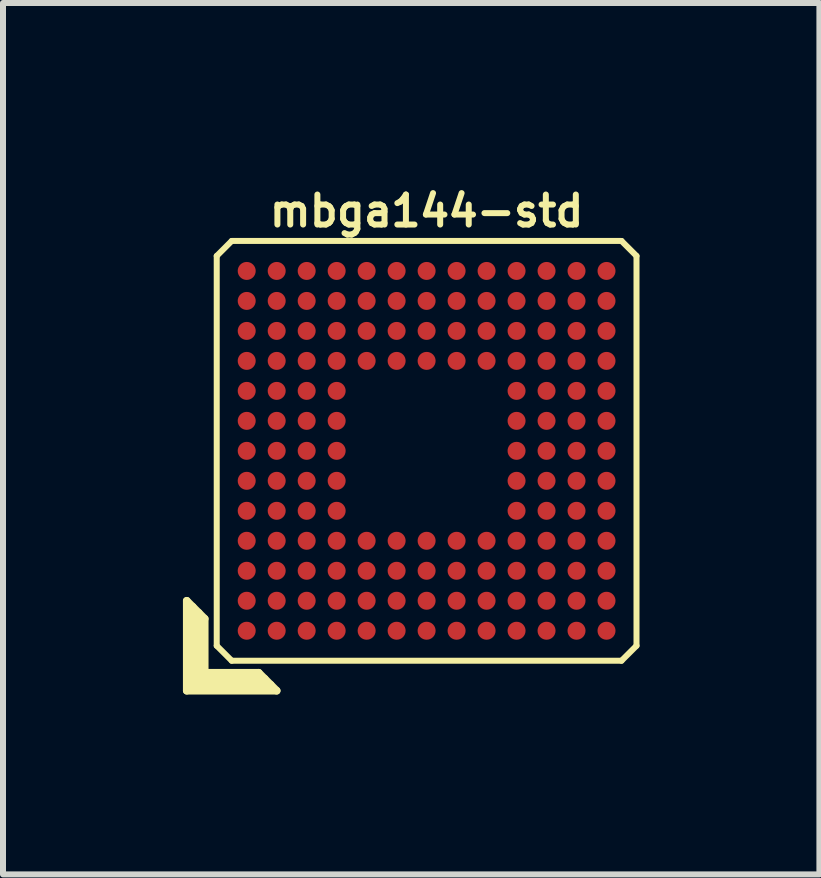
<source format=kicad_pcb>
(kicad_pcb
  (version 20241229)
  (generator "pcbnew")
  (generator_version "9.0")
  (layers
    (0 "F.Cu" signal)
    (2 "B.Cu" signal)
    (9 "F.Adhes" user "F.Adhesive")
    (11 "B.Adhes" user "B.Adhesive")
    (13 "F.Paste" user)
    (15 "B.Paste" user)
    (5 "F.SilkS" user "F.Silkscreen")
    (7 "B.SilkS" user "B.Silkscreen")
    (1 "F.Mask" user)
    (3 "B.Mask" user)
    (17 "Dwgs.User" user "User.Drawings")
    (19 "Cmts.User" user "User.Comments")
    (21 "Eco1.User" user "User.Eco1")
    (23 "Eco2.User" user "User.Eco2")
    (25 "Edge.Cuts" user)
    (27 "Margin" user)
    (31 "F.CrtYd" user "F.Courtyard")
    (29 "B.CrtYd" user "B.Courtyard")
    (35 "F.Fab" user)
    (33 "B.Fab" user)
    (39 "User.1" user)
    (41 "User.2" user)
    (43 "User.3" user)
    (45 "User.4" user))
  (footprint "mbga144-std"
    (layer "F.Cu")
    (at 4.064 4.468)
    (property "Reference" "mbga144-std" (at 0 -4 0) (layer "F.SilkS") (effects (font (size 0.5 0.5) (thickness 0.1))))
    (attr through_hole)
    (fp_line (start -4 2.5) (end -3.7 2.8) (stroke (width 0.127) (type solid)) (layer "F.SilkS"))
    (fp_line (start -4 4) (end -4 2.5) (stroke (width 0.127) (type solid)) (layer "F.SilkS"))
    (fp_line (start -3.9 2.6) (end -3.9 3.9) (stroke (width 0.127) (type solid)) (layer "F.SilkS"))
    (fp_line (start -3.9 3.9) (end -2.6 3.9) (stroke (width 0.127) (type solid)) (layer "F.SilkS"))
    (fp_line (start -3.8 3.8) (end -3.8 2.7) (stroke (width 0.127) (type solid)) (layer "F.SilkS"))
    (fp_line (start -3.7 2.8) (end -3.7 3.7) (stroke (width 0.127) (type solid)) (layer "F.SilkS"))
    (fp_line (start -3.7 3.7) (end -2.8 3.7) (stroke (width 0.127) (type solid)) (layer "F.SilkS"))
    (fp_line (start -3.5 -3.25) (end -3.5 3.25) (stroke (width 0.1) (type solid)) (layer "F.SilkS"))
    (fp_line (start -3.5 -3.25) (end -3.25 -3.5) (stroke (width 0.1) (type solid)) (layer "F.SilkS"))
    (fp_line (start -3.25 3.5) (end -3.5 3.25) (stroke (width 0.1) (type solid)) (layer "F.SilkS"))
    (fp_line (start -3.25 3.5) (end 3.25 3.5) (stroke (width 0.1) (type solid)) (layer "F.SilkS"))
    (fp_line (start -2.8 3.7) (end -2.5 4) (stroke (width 0.127) (type solid)) (layer "F.SilkS"))
    (fp_line (start -2.7 3.8) (end -3.8 3.8) (stroke (width 0.127) (type solid)) (layer "F.SilkS"))
    (fp_line (start -2.5 4) (end -4 4) (stroke (width 0.127) (type solid)) (layer "F.SilkS"))
    (fp_line (start 3.25 -3.5) (end -3.25 -3.5) (stroke (width 0.1) (type solid)) (layer "F.SilkS"))
    (fp_line (start 3.25 -3.5) (end 3.5 -3.25) (stroke (width 0.1) (type solid)) (layer "F.SilkS"))
    (fp_line (start 3.5 3.25) (end 3.25 3.5) (stroke (width 0.1) (type solid)) (layer "F.SilkS"))
    (fp_line (start 3.5 3.25) (end 3.5 -3.25) (stroke (width 0.1) (type solid)) (layer "F.SilkS"))
    (pad "A1" smd circle (at -3 3) (size 0.3 0.3) (layers "F.Cu" "F.Mask" "F.Paste"))
    (pad "A2" smd circle (at -3 2.5) (size 0.3 0.3) (layers "F.Cu" "F.Mask" "F.Paste"))
    (pad "A3" smd circle (at -3 2) (size 0.3 0.3) (layers "F.Cu" "F.Mask" "F.Paste"))
    (pad "A4" smd circle (at -3 1.5) (size 0.3 0.3) (layers "F.Cu" "F.Mask" "F.Paste"))
    (pad "A5" smd circle (at -3 1) (size 0.3 0.3) (layers "F.Cu" "F.Mask" "F.Paste"))
    (pad "A6" smd circle (at -3 0.5) (size 0.3 0.3) (layers "F.Cu" "F.Mask" "F.Paste"))
    (pad "A7" smd circle (at -3 0) (size 0.3 0.3) (layers "F.Cu" "F.Mask" "F.Paste"))
    (pad "A8" smd circle (at -3 -0.5) (size 0.3 0.3) (layers "F.Cu" "F.Mask" "F.Paste"))
    (pad "A9" smd circle (at -3 -1) (size 0.3 0.3) (layers "F.Cu" "F.Mask" "F.Paste"))
    (pad "A10" smd circle (at -3 -1.5) (size 0.3 0.3) (layers "F.Cu" "F.Mask" "F.Paste"))
    (pad "A11" smd circle (at -3 -2) (size 0.3 0.3) (layers "F.Cu" "F.Mask" "F.Paste"))
    (pad "A12" smd circle (at -3 -2.5) (size 0.3 0.3) (layers "F.Cu" "F.Mask" "F.Paste"))
    (pad "A13" smd circle (at -3 -3) (size 0.3 0.3) (layers "F.Cu" "F.Mask" "F.Paste"))
    (pad "B1" smd circle (at -2.5 3) (size 0.3 0.3) (layers "F.Cu" "F.Mask" "F.Paste"))
    (pad "B2" smd circle (at -2.5 2.5) (size 0.3 0.3) (layers "F.Cu" "F.Mask" "F.Paste"))
    (pad "B3" smd circle (at -2.5 2) (size 0.3 0.3) (layers "F.Cu" "F.Mask" "F.Paste"))
    (pad "B4" smd circle (at -2.5 1.5) (size 0.3 0.3) (layers "F.Cu" "F.Mask" "F.Paste"))
    (pad "B5" smd circle (at -2.5 1) (size 0.3 0.3) (layers "F.Cu" "F.Mask" "F.Paste"))
    (pad "B6" smd circle (at -2.5 0.5) (size 0.3 0.3) (layers "F.Cu" "F.Mask" "F.Paste"))
    (pad "B7" smd circle (at -2.5 0) (size 0.3 0.3) (layers "F.Cu" "F.Mask" "F.Paste"))
    (pad "B8" smd circle (at -2.5 -0.5) (size 0.3 0.3) (layers "F.Cu" "F.Mask" "F.Paste"))
    (pad "B9" smd circle (at -2.5 -1) (size 0.3 0.3) (layers "F.Cu" "F.Mask" "F.Paste"))
    (pad "B10" smd circle (at -2.5 -1.5) (size 0.3 0.3) (layers "F.Cu" "F.Mask" "F.Paste"))
    (pad "B11" smd circle (at -2.5 -2) (size 0.3 0.3) (layers "F.Cu" "F.Mask" "F.Paste"))
    (pad "B12" smd circle (at -2.5 -2.5) (size 0.3 0.3) (layers "F.Cu" "F.Mask" "F.Paste"))
    (pad "B13" smd circle (at -2.5 -3) (size 0.3 0.3) (layers "F.Cu" "F.Mask" "F.Paste"))
    (pad "C1" smd circle (at -2 3) (size 0.3 0.3) (layers "F.Cu" "F.Mask" "F.Paste"))
    (pad "C2" smd circle (at -2 2.5) (size 0.3 0.3) (layers "F.Cu" "F.Mask" "F.Paste"))
    (pad "C3" smd circle (at -2 2) (size 0.3 0.3) (layers "F.Cu" "F.Mask" "F.Paste"))
    (pad "C4" smd circle (at -2 1.5) (size 0.3 0.3) (layers "F.Cu" "F.Mask" "F.Paste"))
    (pad "C5" smd circle (at -2 1) (size 0.3 0.3) (layers "F.Cu" "F.Mask" "F.Paste"))
    (pad "C6" smd circle (at -2 0.5) (size 0.3 0.3) (layers "F.Cu" "F.Mask" "F.Paste"))
    (pad "C7" smd circle (at -2 0) (size 0.3 0.3) (layers "F.Cu" "F.Mask" "F.Paste"))
    (pad "C8" smd circle (at -2 -0.5) (size 0.3 0.3) (layers "F.Cu" "F.Mask" "F.Paste"))
    (pad "C9" smd circle (at -2 -1) (size 0.3 0.3) (layers "F.Cu" "F.Mask" "F.Paste"))
    (pad "C10" smd circle (at -2 -1.5) (size 0.3 0.3) (layers "F.Cu" "F.Mask" "F.Paste"))
    (pad "C11" smd circle (at -2 -2) (size 0.3 0.3) (layers "F.Cu" "F.Mask" "F.Paste"))
    (pad "C12" smd circle (at -2 -2.5) (size 0.3 0.3) (layers "F.Cu" "F.Mask" "F.Paste"))
    (pad "C13" smd circle (at -2 -3) (size 0.3 0.3) (layers "F.Cu" "F.Mask" "F.Paste"))
    (pad "D1" smd circle (at -1.5 3) (size 0.3 0.3) (layers "F.Cu" "F.Mask" "F.Paste"))
    (pad "D2" smd circle (at -1.5 2.5) (size 0.3 0.3) (layers "F.Cu" "F.Mask" "F.Paste"))
    (pad "D3" smd circle (at -1.5 2) (size 0.3 0.3) (layers "F.Cu" "F.Mask" "F.Paste"))
    (pad "D4" smd circle (at -1.5 1.5) (size 0.3 0.3) (layers "F.Cu" "F.Mask" "F.Paste"))
    (pad "D5" smd circle (at -1.5 1) (size 0.3 0.3) (layers "F.Cu" "F.Mask" "F.Paste"))
    (pad "D6" smd circle (at -1.5 0.5) (size 0.3 0.3) (layers "F.Cu" "F.Mask" "F.Paste"))
    (pad "D7" smd circle (at -1.5 0) (size 0.3 0.3) (layers "F.Cu" "F.Mask" "F.Paste"))
    (pad "D8" smd circle (at -1.5 -0.5) (size 0.3 0.3) (layers "F.Cu" "F.Mask" "F.Paste"))
    (pad "D9" smd circle (at -1.5 -1) (size 0.3 0.3) (layers "F.Cu" "F.Mask" "F.Paste"))
    (pad "D10" smd circle (at -1.5 -1.5) (size 0.3 0.3) (layers "F.Cu" "F.Mask" "F.Paste"))
    (pad "D11" smd circle (at -1.5 -2) (size 0.3 0.3) (layers "F.Cu" "F.Mask" "F.Paste"))
    (pad "D12" smd circle (at -1.5 -2.5) (size 0.3 0.3) (layers "F.Cu" "F.Mask" "F.Paste"))
    (pad "D13" smd circle (at -1.5 -3) (size 0.3 0.3) (layers "F.Cu" "F.Mask" "F.Paste"))
    (pad "E1" smd circle (at -1 3) (size 0.3 0.3) (layers "F.Cu" "F.Mask" "F.Paste"))
    (pad "E2" smd circle (at -1 2.5) (size 0.3 0.3) (layers "F.Cu" "F.Mask" "F.Paste"))
    (pad "E3" smd circle (at -1 2) (size 0.3 0.3) (layers "F.Cu" "F.Mask" "F.Paste"))
    (pad "E4" smd circle (at -1 1.5) (size 0.3 0.3) (layers "F.Cu" "F.Mask" "F.Paste"))
    (pad "E10" smd circle (at -1 -1.5) (size 0.3 0.3) (layers "F.Cu" "F.Mask" "F.Paste"))
    (pad "E11" smd circle (at -1 -2) (size 0.3 0.3) (layers "F.Cu" "F.Mask" "F.Paste"))
    (pad "E12" smd circle (at -1 -2.5) (size 0.3 0.3) (layers "F.Cu" "F.Mask" "F.Paste"))
    (pad "E13" smd circle (at -1 -3) (size 0.3 0.3) (layers "F.Cu" "F.Mask" "F.Paste"))
    (pad "F1" smd circle (at -0.5 3) (size 0.3 0.3) (layers "F.Cu" "F.Mask" "F.Paste"))
    (pad "F2" smd circle (at -0.5 2.5) (size 0.3 0.3) (layers "F.Cu" "F.Mask" "F.Paste"))
    (pad "F3" smd circle (at -0.5 2) (size 0.3 0.3) (layers "F.Cu" "F.Mask" "F.Paste"))
    (pad "F4" smd circle (at -0.5 1.5) (size 0.3 0.3) (layers "F.Cu" "F.Mask" "F.Paste"))
    (pad "F10" smd circle (at -0.5 -1.5) (size 0.3 0.3) (layers "F.Cu" "F.Mask" "F.Paste"))
    (pad "F11" smd circle (at -0.5 -2) (size 0.3 0.3) (layers "F.Cu" "F.Mask" "F.Paste"))
    (pad "F12" smd circle (at -0.5 -2.5) (size 0.3 0.3) (layers "F.Cu" "F.Mask" "F.Paste"))
    (pad "F13" smd circle (at -0.5 -3) (size 0.3 0.3) (layers "F.Cu" "F.Mask" "F.Paste"))
    (pad "G1" smd circle (at 0 3) (size 0.3 0.3) (layers "F.Cu" "F.Mask" "F.Paste"))
    (pad "G2" smd circle (at 0 2.5) (size 0.3 0.3) (layers "F.Cu" "F.Mask" "F.Paste"))
    (pad "G3" smd circle (at 0 2) (size 0.3 0.3) (layers "F.Cu" "F.Mask" "F.Paste"))
    (pad "G4" smd circle (at 0 1.5) (size 0.3 0.3) (layers "F.Cu" "F.Mask" "F.Paste"))
    (pad "G10" smd circle (at 0 -1.5) (size 0.3 0.3) (layers "F.Cu" "F.Mask" "F.Paste"))
    (pad "G11" smd circle (at 0 -2) (size 0.3 0.3) (layers "F.Cu" "F.Mask" "F.Paste"))
    (pad "G12" smd circle (at 0 -2.5) (size 0.3 0.3) (layers "F.Cu" "F.Mask" "F.Paste"))
    (pad "G13" smd circle (at 0 -3) (size 0.3 0.3) (layers "F.Cu" "F.Mask" "F.Paste"))
    (pad "H1" smd circle (at 0.5 3) (size 0.3 0.3) (layers "F.Cu" "F.Mask" "F.Paste"))
    (pad "H2" smd circle (at 0.5 2.5) (size 0.3 0.3) (layers "F.Cu" "F.Mask" "F.Paste"))
    (pad "H3" smd circle (at 0.5 2) (size 0.3 0.3) (layers "F.Cu" "F.Mask" "F.Paste"))
    (pad "H4" smd circle (at 0.5 1.5) (size 0.3 0.3) (layers "F.Cu" "F.Mask" "F.Paste"))
    (pad "H10" smd circle (at 0.5 -1.5) (size 0.3 0.3) (layers "F.Cu" "F.Mask" "F.Paste"))
    (pad "H11" smd circle (at 0.5 -2) (size 0.3 0.3) (layers "F.Cu" "F.Mask" "F.Paste"))
    (pad "H12" smd circle (at 0.5 -2.5) (size 0.3 0.3) (layers "F.Cu" "F.Mask" "F.Paste"))
    (pad "H13" smd circle (at 0.5 -3) (size 0.3 0.3) (layers "F.Cu" "F.Mask" "F.Paste"))
    (pad "J1" smd circle (at 1 3) (size 0.3 0.3) (layers "F.Cu" "F.Mask" "F.Paste"))
    (pad "J2" smd circle (at 1 2.5) (size 0.3 0.3) (layers "F.Cu" "F.Mask" "F.Paste"))
    (pad "J3" smd circle (at 1 2) (size 0.3 0.3) (layers "F.Cu" "F.Mask" "F.Paste"))
    (pad "J4" smd circle (at 1 1.5) (size 0.3 0.3) (layers "F.Cu" "F.Mask" "F.Paste"))
    (pad "J10" smd circle (at 1 -1.5) (size 0.3 0.3) (layers "F.Cu" "F.Mask" "F.Paste"))
    (pad "J11" smd circle (at 1 -2) (size 0.3 0.3) (layers "F.Cu" "F.Mask" "F.Paste"))
    (pad "J12" smd circle (at 1 -2.5) (size 0.3 0.3) (layers "F.Cu" "F.Mask" "F.Paste"))
    (pad "J13" smd circle (at 1 -3) (size 0.3 0.3) (layers "F.Cu" "F.Mask" "F.Paste"))
    (pad "K1" smd circle (at 1.5 3) (size 0.3 0.3) (layers "F.Cu" "F.Mask" "F.Paste"))
    (pad "K2" smd circle (at 1.5 2.5) (size 0.3 0.3) (layers "F.Cu" "F.Mask" "F.Paste"))
    (pad "K3" smd circle (at 1.5 2) (size 0.3 0.3) (layers "F.Cu" "F.Mask" "F.Paste"))
    (pad "K4" smd circle (at 1.5 1.5) (size 0.3 0.3) (layers "F.Cu" "F.Mask" "F.Paste"))
    (pad "K5" smd circle (at 1.5 1) (size 0.3 0.3) (layers "F.Cu" "F.Mask" "F.Paste"))
    (pad "K6" smd circle (at 1.5 0.5) (size 0.3 0.3) (layers "F.Cu" "F.Mask" "F.Paste"))
    (pad "K7" smd circle (at 1.5 0) (size 0.3 0.3) (layers "F.Cu" "F.Mask" "F.Paste"))
    (pad "K8" smd circle (at 1.5 -0.5) (size 0.3 0.3) (layers "F.Cu" "F.Mask" "F.Paste"))
    (pad "K9" smd circle (at 1.5 -1) (size 0.3 0.3) (layers "F.Cu" "F.Mask" "F.Paste"))
    (pad "K10" smd circle (at 1.5 -1.5) (size 0.3 0.3) (layers "F.Cu" "F.Mask" "F.Paste"))
    (pad "K11" smd circle (at 1.5 -2) (size 0.3 0.3) (layers "F.Cu" "F.Mask" "F.Paste"))
    (pad "K12" smd circle (at 1.5 -2.5) (size 0.3 0.3) (layers "F.Cu" "F.Mask" "F.Paste"))
    (pad "K13" smd circle (at 1.5 -3) (size 0.3 0.3) (layers "F.Cu" "F.Mask" "F.Paste"))
    (pad "L1" smd circle (at 2 3) (size 0.3 0.3) (layers "F.Cu" "F.Mask" "F.Paste"))
    (pad "L2" smd circle (at 2 2.5) (size 0.3 0.3) (layers "F.Cu" "F.Mask" "F.Paste"))
    (pad "L3" smd circle (at 2 2) (size 0.3 0.3) (layers "F.Cu" "F.Mask" "F.Paste"))
    (pad "L4" smd circle (at 2 1.5) (size 0.3 0.3) (layers "F.Cu" "F.Mask" "F.Paste"))
    (pad "L5" smd circle (at 2 1) (size 0.3 0.3) (layers "F.Cu" "F.Mask" "F.Paste"))
    (pad "L6" smd circle (at 2 0.5) (size 0.3 0.3) (layers "F.Cu" "F.Mask" "F.Paste"))
    (pad "L7" smd circle (at 2 0) (size 0.3 0.3) (layers "F.Cu" "F.Mask" "F.Paste"))
    (pad "L8" smd circle (at 2 -0.5) (size 0.3 0.3) (layers "F.Cu" "F.Mask" "F.Paste"))
    (pad "L9" smd circle (at 2 -1) (size 0.3 0.3) (layers "F.Cu" "F.Mask" "F.Paste"))
    (pad "L10" smd circle (at 2 -1.5) (size 0.3 0.3) (layers "F.Cu" "F.Mask" "F.Paste"))
    (pad "L11" smd circle (at 2 -2) (size 0.3 0.3) (layers "F.Cu" "F.Mask" "F.Paste"))
    (pad "L12" smd circle (at 2 -2.5) (size 0.3 0.3) (layers "F.Cu" "F.Mask" "F.Paste"))
    (pad "L13" smd circle (at 2 -3) (size 0.3 0.3) (layers "F.Cu" "F.Mask" "F.Paste"))
    (pad "M1" smd circle (at 2.5 3) (size 0.3 0.3) (layers "F.Cu" "F.Mask" "F.Paste"))
    (pad "M2" smd circle (at 2.5 2.5) (size 0.3 0.3) (layers "F.Cu" "F.Mask" "F.Paste"))
    (pad "M3" smd circle (at 2.5 2) (size 0.3 0.3) (layers "F.Cu" "F.Mask" "F.Paste"))
    (pad "M4" smd circle (at 2.5 1.5) (size 0.3 0.3) (layers "F.Cu" "F.Mask" "F.Paste"))
    (pad "M5" smd circle (at 2.5 1) (size 0.3 0.3) (layers "F.Cu" "F.Mask" "F.Paste"))
    (pad "M6" smd circle (at 2.5 0.5) (size 0.3 0.3) (layers "F.Cu" "F.Mask" "F.Paste"))
    (pad "M7" smd circle (at 2.5 0) (size 0.3 0.3) (layers "F.Cu" "F.Mask" "F.Paste"))
    (pad "M8" smd circle (at 2.5 -0.5) (size 0.3 0.3) (layers "F.Cu" "F.Mask" "F.Paste"))
    (pad "M9" smd circle (at 2.5 -1) (size 0.3 0.3) (layers "F.Cu" "F.Mask" "F.Paste"))
    (pad "M10" smd circle (at 2.5 -1.5) (size 0.3 0.3) (layers "F.Cu" "F.Mask" "F.Paste"))
    (pad "M11" smd circle (at 2.5 -2) (size 0.3 0.3) (layers "F.Cu" "F.Mask" "F.Paste"))
    (pad "M12" smd circle (at 2.5 -2.5) (size 0.3 0.3) (layers "F.Cu" "F.Mask" "F.Paste"))
    (pad "M13" smd circle (at 2.5 -3) (size 0.3 0.3) (layers "F.Cu" "F.Mask" "F.Paste"))
    (pad "N1" smd circle (at 3 3) (size 0.3 0.3) (layers "F.Cu" "F.Mask" "F.Paste"))
    (pad "N2" smd circle (at 3 2.5) (size 0.3 0.3) (layers "F.Cu" "F.Mask" "F.Paste"))
    (pad "N3" smd circle (at 3 2) (size 0.3 0.3) (layers "F.Cu" "F.Mask" "F.Paste"))
    (pad "N4" smd circle (at 3 1.5) (size 0.3 0.3) (layers "F.Cu" "F.Mask" "F.Paste"))
    (pad "N5" smd circle (at 3 1) (size 0.3 0.3) (layers "F.Cu" "F.Mask" "F.Paste"))
    (pad "N6" smd circle (at 3 0.5) (size 0.3 0.3) (layers "F.Cu" "F.Mask" "F.Paste"))
    (pad "N7" smd circle (at 3 0) (size 0.3 0.3) (layers "F.Cu" "F.Mask" "F.Paste"))
    (pad "N8" smd circle (at 3 -0.5) (size 0.3 0.3) (layers "F.Cu" "F.Mask" "F.Paste"))
    (pad "N9" smd circle (at 3 -1) (size 0.3 0.3) (layers "F.Cu" "F.Mask" "F.Paste"))
    (pad "N10" smd circle (at 3 -1.5) (size 0.3 0.3) (layers "F.Cu" "F.Mask" "F.Paste"))
    (pad "N11" smd circle (at 3 -2) (size 0.3 0.3) (layers "F.Cu" "F.Mask" "F.Paste"))
    (pad "N12" smd circle (at 3 -2.5) (size 0.3 0.3) (layers "F.Cu" "F.Mask" "F.Paste"))
    (pad "N13" smd circle (at 3 -3) (size 0.3 0.3) (layers "F.Cu" "F.Mask" "F.Paste")))
  (gr_rect
    (start -3 -3)
    (end 10.614 11.531)
    (stroke (width 0.1) (type default))
    (fill no)
    (layer "Edge.Cuts")))
</source>
